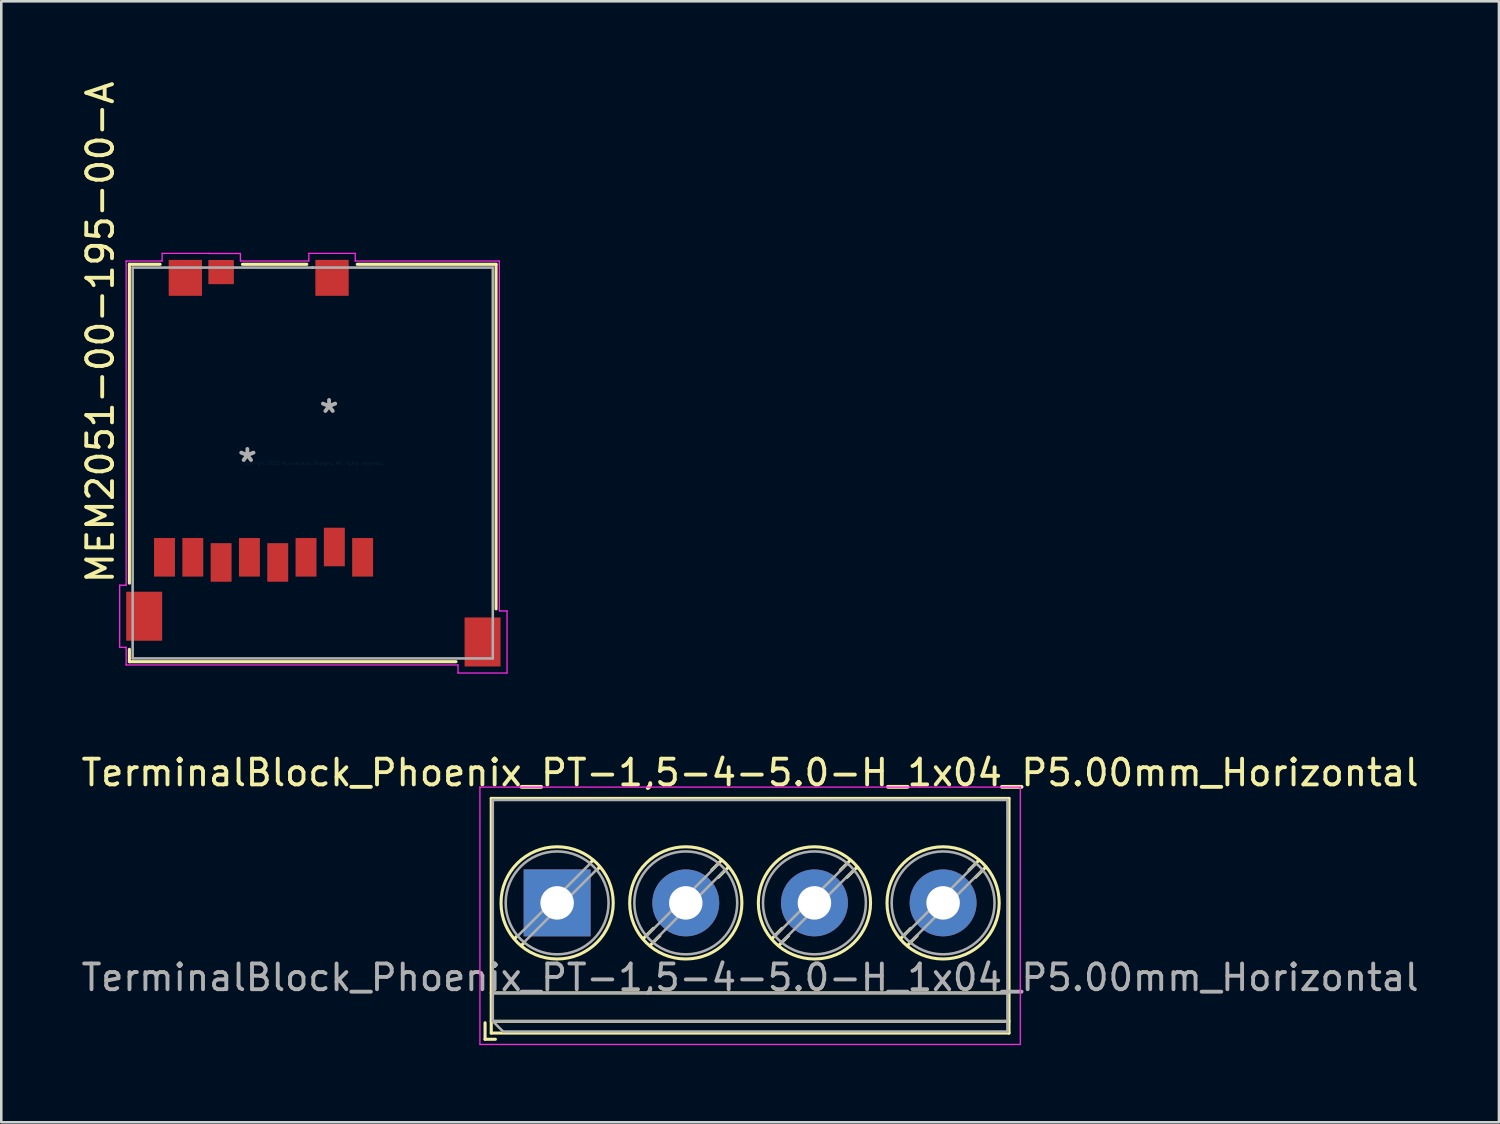
<source format=kicad_pcb>
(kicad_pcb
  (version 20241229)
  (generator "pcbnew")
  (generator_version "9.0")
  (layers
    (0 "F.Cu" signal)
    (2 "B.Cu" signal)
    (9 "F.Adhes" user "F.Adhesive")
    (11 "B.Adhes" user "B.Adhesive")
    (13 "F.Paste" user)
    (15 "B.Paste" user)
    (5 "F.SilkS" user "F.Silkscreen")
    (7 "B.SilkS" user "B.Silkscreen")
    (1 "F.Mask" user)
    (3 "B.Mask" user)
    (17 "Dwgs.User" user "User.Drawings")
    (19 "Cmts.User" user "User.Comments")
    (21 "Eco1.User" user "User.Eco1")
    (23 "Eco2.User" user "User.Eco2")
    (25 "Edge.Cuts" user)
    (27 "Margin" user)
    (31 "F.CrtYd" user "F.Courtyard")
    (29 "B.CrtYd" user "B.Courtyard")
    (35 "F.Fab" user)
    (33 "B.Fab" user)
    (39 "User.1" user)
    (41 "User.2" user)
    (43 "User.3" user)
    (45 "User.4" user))
  (footprint "MEM2051-00-195-00-A"
    (layer "F.Cu")
    (at 9.103 14.943)
    (property "Reference" "MEM2051-00-195-00-A" (at -8.255 -5.08 90) (layer "F.SilkS") (effects (font (size 1 1) (thickness 0.15))))
    (attr through_hole)
    (fp_line (start -7.125 -7.722) (end -7.125 4.67) (stroke (width 0.12) (type solid)) (layer "F.SilkS"))
    (fp_line (start -7.125 7.241) (end -7.125 7.722) (stroke (width 0.12) (type solid)) (layer "F.SilkS"))
    (fp_line (start -7.125 7.722) (end 5.569 7.722) (stroke (width 0.12) (type solid)) (layer "F.SilkS"))
    (fp_line (start -5.93 -7.722) (end -7.125 -7.722) (stroke (width 0.12) (type solid)) (layer "F.SilkS"))
    (fp_line (start -0.23 -7.722) (end -2.732 -7.722) (stroke (width 0.12) (type solid)) (layer "F.SilkS"))
    (fp_line (start 7.125 -7.722) (end 1.73 -7.722) (stroke (width 0.12) (type solid)) (layer "F.SilkS"))
    (fp_line (start 7.125 5.67) (end 7.125 -7.722) (stroke (width 0.12) (type solid)) (layer "F.SilkS"))
    (fp_line (start -7.502 4.749) (end -7.502 7.162) (stroke (width 0.05) (type solid)) (layer "F.CrtYd"))
    (fp_line (start -7.502 7.162) (end -7.252 7.162) (stroke (width 0.05) (type solid)) (layer "F.CrtYd"))
    (fp_line (start -7.252 -7.849) (end -7.252 4.749) (stroke (width 0.05) (type solid)) (layer "F.CrtYd"))
    (fp_line (start -7.252 4.749) (end -7.502 4.749) (stroke (width 0.05) (type solid)) (layer "F.CrtYd"))
    (fp_line (start -7.252 7.162) (end -7.252 7.849) (stroke (width 0.05) (type solid)) (layer "F.CrtYd"))
    (fp_line (start -7.252 7.849) (end 5.647 7.849) (stroke (width 0.05) (type solid)) (layer "F.CrtYd"))
    (fp_line (start -5.852 -8.147) (end -5.852 -7.849) (stroke (width 0.05) (type solid)) (layer "F.CrtYd"))
    (fp_line (start -5.852 -7.849) (end -7.252 -7.849) (stroke (width 0.05) (type solid)) (layer "F.CrtYd"))
    (fp_line (start -4.048 -8.147) (end -5.852 -8.147) (stroke (width 0.05) (type solid)) (layer "F.CrtYd"))
    (fp_line (start -4.048 -8.143) (end -4.048 -8.147) (stroke (width 0.05) (type solid)) (layer "F.CrtYd"))
    (fp_line (start -2.811 -8.143) (end -4.048 -8.143) (stroke (width 0.05) (type solid)) (layer "F.CrtYd"))
    (fp_line (start -2.811 -7.849) (end -2.811 -8.143) (stroke (width 0.05) (type solid)) (layer "F.CrtYd"))
    (fp_line (start -0.152 -8.147) (end -0.152 -7.849) (stroke (width 0.05) (type solid)) (layer "F.CrtYd"))
    (fp_line (start -0.152 -7.849) (end -2.811 -7.849) (stroke (width 0.05) (type solid)) (layer "F.CrtYd"))
    (fp_line (start 1.652 -8.147) (end -0.152 -8.147) (stroke (width 0.05) (type solid)) (layer "F.CrtYd"))
    (fp_line (start 1.652 -7.849) (end 1.652 -8.147) (stroke (width 0.05) (type solid)) (layer "F.CrtYd"))
    (fp_line (start 5.647 7.849) (end 5.647 8.162) (stroke (width 0.05) (type solid)) (layer "F.CrtYd"))
    (fp_line (start 5.647 8.162) (end 7.552 8.162) (stroke (width 0.05) (type solid)) (layer "F.CrtYd"))
    (fp_line (start 7.252 -7.849) (end 1.652 -7.849) (stroke (width 0.05) (type solid)) (layer "F.CrtYd"))
    (fp_line (start 7.252 5.749) (end 7.252 -7.849) (stroke (width 0.05) (type solid)) (layer "F.CrtYd"))
    (fp_line (start 7.552 5.749) (end 7.252 5.749) (stroke (width 0.05) (type solid)) (layer "F.CrtYd"))
    (fp_line (start 7.552 8.162) (end 7.552 5.749) (stroke (width 0.05) (type solid)) (layer "F.CrtYd"))
    (fp_line (start -6.998 -7.595) (end -6.998 7.595) (stroke (width 0.1) (type solid)) (layer "F.Fab"))
    (fp_line (start -6.998 7.595) (end 6.998 7.595) (stroke (width 0.1) (type solid)) (layer "F.Fab"))
    (fp_line (start 0 -7.595) (end 0 -7.595) (stroke (width 0.1) (type solid)) (layer "F.Fab"))
    (fp_line (start 0 -7.595) (end 0 -7.595) (stroke (width 0.1) (type solid)) (layer "F.Fab"))
    (fp_line (start 0 -7.595) (end 0 -7.595) (stroke (width 0.1) (type solid)) (layer "F.Fab"))
    (fp_line (start 0 -7.595) (end 0 -7.595) (stroke (width 0.1) (type solid)) (layer "F.Fab"))
    (fp_line (start 6.998 -7.595) (end -6.998 -7.595) (stroke (width 0.1) (type solid)) (layer "F.Fab"))
    (fp_line (start 6.998 7.595) (end 6.998 -7.595) (stroke (width 0.1) (type solid)) (layer "F.Fab"))
    (fp_text user "Copyright 2021 Accelerated Designs. All rights reserved." (at 0 0 0) (layer "Cmts.User") (effects (font (size 0.127 0.127) (thickness 0.002))))
    (fp_text user "*" (at 0.635 -1.905 0) (layer "F.Fab") (effects (font (size 1 1) (thickness 0.15))))
    (fp_text user "*" (at -2.54 0 0) (layer "F.Fab") (effects (font (size 1 1) (thickness 0.15))))
    (pad "1" smd rect (at 1.94 3.665) (size 0.813 1.499) (layers "F.Cu" "F.Mask" "F.Paste"))
    (pad "2" smd rect (at 0.84 3.265) (size 0.813 1.499) (layers "F.Cu" "F.Mask" "F.Paste"))
    (pad "3" smd rect (at -0.26 3.665) (size 0.813 1.499) (layers "F.Cu" "F.Mask" "F.Paste"))
    (pad "4" smd rect (at -1.36 3.865) (size 0.813 1.499) (layers "F.Cu" "F.Mask" "F.Paste"))
    (pad "5" smd rect (at -2.46 3.665) (size 0.813 1.499) (layers "F.Cu" "F.Mask" "F.Paste"))
    (pad "6" smd rect (at -3.56 3.865) (size 0.813 1.499) (layers "F.Cu" "F.Mask" "F.Paste"))
    (pad "7" smd rect (at -4.66 3.665) (size 0.813 1.499) (layers "F.Cu" "F.Mask" "F.Paste"))
    (pad "8" smd rect (at -5.76 3.665) (size 0.813 1.499) (layers "F.Cu" "F.Mask" "F.Paste"))
    (pad "9" smd rect (at -3.56 -7.42) (size 0.991 0.94) (layers "F.Cu" "F.Mask" "F.Paste"))
    (pad "10" smd rect (at -6.55 5.955) (size 1.397 1.905) (layers "F.Cu" "F.Mask" "F.Paste"))
    (pad "10" smd rect (at -4.95 -7.195) (size 1.295 1.397) (layers "F.Cu" "F.Mask" "F.Paste"))
    (pad "10" smd rect (at 0.75 -7.195) (size 1.295 1.397) (layers "F.Cu" "F.Mask" "F.Paste"))
    (pad "10" smd rect (at 6.6 6.955) (size 1.397 1.905) (layers "F.Cu" "F.Mask" "F.Paste")))
  (footprint "TerminalBlock_Phoenix_PT-1,5-4-5.0-H_1x04_P5.00mm_Horizontal"
    (layer "F.Cu")
    (at 18.601 32.038)
    (property "Reference" "TerminalBlock_Phoenix_PT-1,5-4-5.0-H_1x04_P5.00mm_Horizontal" (at 7.5 -5.06 0) (layer "F.SilkS") (effects (font (size 1 1) (thickness 0.15))))
    (attr through_hole)
    (fp_line (start -2.8 4.66) (end -2.8 5.3) (stroke (width 0.12) (type solid)) (layer "F.SilkS"))
    (fp_line (start -2.8 5.3) (end -2.4 5.3) (stroke (width 0.12) (type solid)) (layer "F.SilkS"))
    (fp_line (start -2.56 -4.06) (end -2.56 5.06) (stroke (width 0.12) (type solid)) (layer "F.SilkS"))
    (fp_line (start -2.56 -4.06) (end 17.561 -4.06) (stroke (width 0.12) (type solid)) (layer "F.SilkS"))
    (fp_line (start -2.56 3.5) (end 17.561 3.5) (stroke (width 0.12) (type solid)) (layer "F.SilkS"))
    (fp_line (start -2.56 4.6) (end 17.561 4.6) (stroke (width 0.12) (type solid)) (layer "F.SilkS"))
    (fp_line (start -2.56 5.06) (end 17.561 5.06) (stroke (width 0.12) (type solid)) (layer "F.SilkS"))
    (fp_line (start -1.548 1.281) (end -1.654 1.388) (stroke (width 0.12) (type solid)) (layer "F.SilkS"))
    (fp_line (start -1.282 1.547) (end -1.388 1.654) (stroke (width 0.12) (type solid)) (layer "F.SilkS"))
    (fp_line (start 1.388 -1.654) (end 1.281 -1.547) (stroke (width 0.12) (type solid)) (layer "F.SilkS"))
    (fp_line (start 1.654 -1.388) (end 1.547 -1.281) (stroke (width 0.12) (type solid)) (layer "F.SilkS"))
    (fp_line (start 3.742 0.992) (end 3.347 1.388) (stroke (width 0.12) (type solid)) (layer "F.SilkS"))
    (fp_line (start 3.993 1.274) (end 3.613 1.654) (stroke (width 0.12) (type solid)) (layer "F.SilkS"))
    (fp_line (start 6.388 -1.654) (end 6.008 -1.274) (stroke (width 0.12) (type solid)) (layer "F.SilkS"))
    (fp_line (start 6.654 -1.388) (end 6.259 -0.992) (stroke (width 0.12) (type solid)) (layer "F.SilkS"))
    (fp_line (start 8.742 0.992) (end 8.347 1.388) (stroke (width 0.12) (type solid)) (layer "F.SilkS"))
    (fp_line (start 8.993 1.274) (end 8.613 1.654) (stroke (width 0.12) (type solid)) (layer "F.SilkS"))
    (fp_line (start 11.388 -1.654) (end 11.008 -1.274) (stroke (width 0.12) (type solid)) (layer "F.SilkS"))
    (fp_line (start 11.654 -1.388) (end 11.259 -0.992) (stroke (width 0.12) (type solid)) (layer "F.SilkS"))
    (fp_line (start 13.742 0.992) (end 13.347 1.388) (stroke (width 0.12) (type solid)) (layer "F.SilkS"))
    (fp_line (start 13.993 1.274) (end 13.613 1.654) (stroke (width 0.12) (type solid)) (layer "F.SilkS"))
    (fp_line (start 16.388 -1.654) (end 16.008 -1.274) (stroke (width 0.12) (type solid)) (layer "F.SilkS"))
    (fp_line (start 16.654 -1.388) (end 16.259 -0.992) (stroke (width 0.12) (type solid)) (layer "F.SilkS"))
    (fp_line (start 17.561 -4.06) (end 17.561 5.06) (stroke (width 0.12) (type solid)) (layer "F.SilkS"))
    (fp_circle (center 0 0) (end 2.18 0) (stroke (width 0.12) (type solid)) (fill no) (layer "F.SilkS"))
    (fp_circle (center 5 0) (end 7.18 0) (stroke (width 0.12) (type solid)) (fill no) (layer "F.SilkS"))
    (fp_circle (center 10 0) (end 12.18 0) (stroke (width 0.12) (type solid)) (fill no) (layer "F.SilkS"))
    (fp_circle (center 15 0) (end 17.18 0) (stroke (width 0.12) (type solid)) (fill no) (layer "F.SilkS"))
    (fp_line (start -3 -4.5) (end -3 5.5) (stroke (width 0.05) (type solid)) (layer "F.CrtYd"))
    (fp_line (start -3 5.5) (end 18 5.5) (stroke (width 0.05) (type solid)) (layer "F.CrtYd"))
    (fp_line (start 18 -4.5) (end -3 -4.5) (stroke (width 0.05) (type solid)) (layer "F.CrtYd"))
    (fp_line (start 18 5.5) (end 18 -4.5) (stroke (width 0.05) (type solid)) (layer "F.CrtYd"))
    (fp_line (start -2.5 -4) (end 17.5 -4) (stroke (width 0.1) (type solid)) (layer "F.Fab"))
    (fp_line (start -2.5 3.5) (end 17.5 3.5) (stroke (width 0.1) (type solid)) (layer "F.Fab"))
    (fp_line (start -2.5 4.6) (end -2.5 -4) (stroke (width 0.1) (type solid)) (layer "F.Fab"))
    (fp_line (start -2.5 4.6) (end 17.5 4.6) (stroke (width 0.1) (type solid)) (layer "F.Fab"))
    (fp_line (start -2.1 5) (end -2.5 4.6) (stroke (width 0.1) (type solid)) (layer "F.Fab"))
    (fp_line (start 1.273 -1.517) (end -1.517 1.273) (stroke (width 0.1) (type solid)) (layer "F.Fab"))
    (fp_line (start 1.517 -1.273) (end -1.273 1.517) (stroke (width 0.1) (type solid)) (layer "F.Fab"))
    (fp_line (start 6.273 -1.517) (end 3.484 1.273) (stroke (width 0.1) (type solid)) (layer "F.Fab"))
    (fp_line (start 6.517 -1.273) (end 3.728 1.517) (stroke (width 0.1) (type solid)) (layer "F.Fab"))
    (fp_line (start 11.273 -1.517) (end 8.484 1.273) (stroke (width 0.1) (type solid)) (layer "F.Fab"))
    (fp_line (start 11.517 -1.273) (end 8.728 1.517) (stroke (width 0.1) (type solid)) (layer "F.Fab"))
    (fp_line (start 16.273 -1.517) (end 13.484 1.273) (stroke (width 0.1) (type solid)) (layer "F.Fab"))
    (fp_line (start 16.517 -1.273) (end 13.728 1.517) (stroke (width 0.1) (type solid)) (layer "F.Fab"))
    (fp_line (start 17.5 -4) (end 17.5 5) (stroke (width 0.1) (type solid)) (layer "F.Fab"))
    (fp_line (start 17.5 5) (end -2.1 5) (stroke (width 0.1) (type solid)) (layer "F.Fab"))
    (fp_circle (center 0 0) (end 2 0) (stroke (width 0.1) (type solid)) (fill no) (layer "F.Fab"))
    (fp_circle (center 5 0) (end 7 0) (stroke (width 0.1) (type solid)) (fill no) (layer "F.Fab"))
    (fp_circle (center 10 0) (end 12 0) (stroke (width 0.1) (type solid)) (fill no) (layer "F.Fab"))
    (fp_circle (center 15 0) (end 17 0) (stroke (width 0.1) (type solid)) (fill no) (layer "F.Fab"))
    (fp_text user "${REFERENCE}" (at 7.5 2.9 0) (layer "F.Fab") (effects (font (size 1 1) (thickness 0.15))))
    (pad "1" thru_hole rect (at 0 0) (size 2.6 2.6) (drill 1.3) (layers "*.Cu" "*.Mask"))
    (pad "2" thru_hole circle (at 5 0) (size 2.6 2.6) (drill 1.3) (layers "*.Cu" "*.Mask"))
    (pad "3" thru_hole circle (at 10 0) (size 2.6 2.6) (drill 1.3) (layers "*.Cu" "*.Mask"))
    (pad "4" thru_hole circle (at 15 0) (size 2.6 2.6) (drill 1.3) (layers "*.Cu" "*.Mask")))
  (gr_rect
    (start -3 -3)
    (end 55.202 40.563)
    (stroke (width 0.1) (type default))
    (fill no)
    (layer "Edge.Cuts")))
</source>
